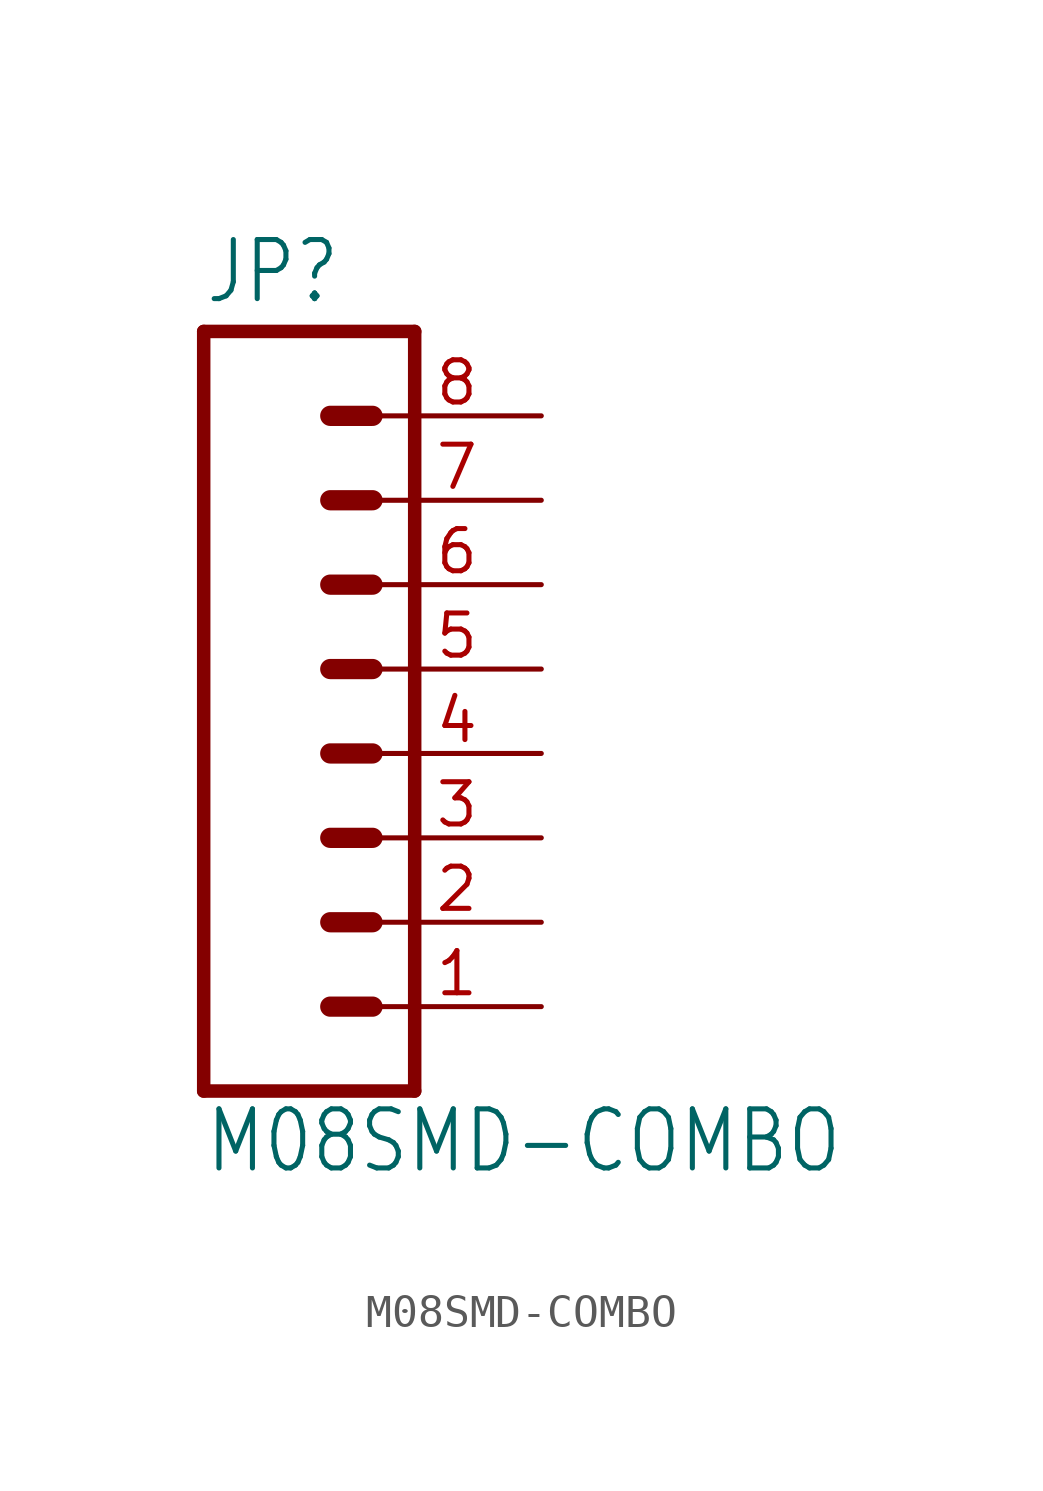
<source format=kicad_sym>
(kicad_symbol_lib
  (version 20201005)
  (generator kicad_symbol_editor)
  (symbol "M08SMD-COMBO"
    (property "Reference" "JP"
      (at -5.08 13.462 0)
      (effects (font (size 1.778 1.511)) (justify left bottom)))
    (property "Value" "M08SMD-COMBO"
      (at -5.08 -12.7 0)
      (effects (font (size 1.778 1.511)) (justify left bottom)))
    (property "ki_locked" ""
      (at 0 0 0)
      (effects (font (size 1.27 1.27))))
    (symbol "M08SMD-COMBO_1_0"
      (polyline (pts (xy 1.27 -10.16) (xy -5.08 -10.16)) (stroke (width 0.406)) (fill (type none)))
      (polyline (pts (xy -1.27 -2.54) (xy 0 -2.54)) (stroke (width 0.61)) (fill (type none)))
      (polyline (pts (xy -1.27 -5.08) (xy 0 -5.08)) (stroke (width 0.61)) (fill (type none)))
      (polyline (pts (xy -1.27 -7.62) (xy 0 -7.62)) (stroke (width 0.61)) (fill (type none)))
      (polyline (pts (xy -5.08 12.7) (xy -5.08 -10.16)) (stroke (width 0.406)) (fill (type none)))
      (polyline (pts (xy 1.27 -10.16) (xy 1.27 12.7)) (stroke (width 0.406)) (fill (type none)))
      (polyline (pts (xy -5.08 12.7) (xy 1.27 12.7)) (stroke (width 0.406)) (fill (type none)))
      (polyline (pts (xy -1.27 2.54) (xy 0 2.54)) (stroke (width 0.61)) (fill (type none)))
      (polyline (pts (xy -1.27 0) (xy 0 0)) (stroke (width 0.61)) (fill (type none)))
      (polyline (pts (xy -1.27 5.08) (xy 0 5.08)) (stroke (width 0.61)) (fill (type none)))
      (polyline (pts (xy -1.27 7.62) (xy 0 7.62)) (stroke (width 0.61)) (fill (type none)))
      (polyline (pts (xy -1.27 10.16) (xy 0 10.16)) (stroke (width 0.61)) (fill (type none)))
      (pin passive line (at 5.08 -7.62 180) (length 5.08) (name "1" (effects (font (size 0 0)))) (number "1" (effects (font (size 1.27 1.27)))))
      (pin passive line (at 5.08 -5.08 180) (length 5.08) (name "2" (effects (font (size 0 0)))) (number "2" (effects (font (size 1.27 1.27)))))
      (pin passive line (at 5.08 -2.54 180) (length 5.08) (name "3" (effects (font (size 0 0)))) (number "3" (effects (font (size 1.27 1.27)))))
      (pin passive line (at 5.08 0 180) (length 5.08) (name "4" (effects (font (size 0 0)))) (number "4" (effects (font (size 1.27 1.27)))))
      (pin passive line (at 5.08 2.54 180) (length 5.08) (name "5" (effects (font (size 0 0)))) (number "5" (effects (font (size 1.27 1.27)))))
      (pin passive line (at 5.08 5.08 180) (length 5.08) (name "6" (effects (font (size 0 0)))) (number "6" (effects (font (size 1.27 1.27)))))
      (pin passive line (at 5.08 7.62 180) (length 5.08) (name "7" (effects (font (size 0 0)))) (number "7" (effects (font (size 1.27 1.27)))))
      (pin passive line (at 5.08 10.16 180) (length 5.08) (name "8" (effects (font (size 0 0)))) (number "8" (effects (font (size 1.27 1.27))))))))
</source>
